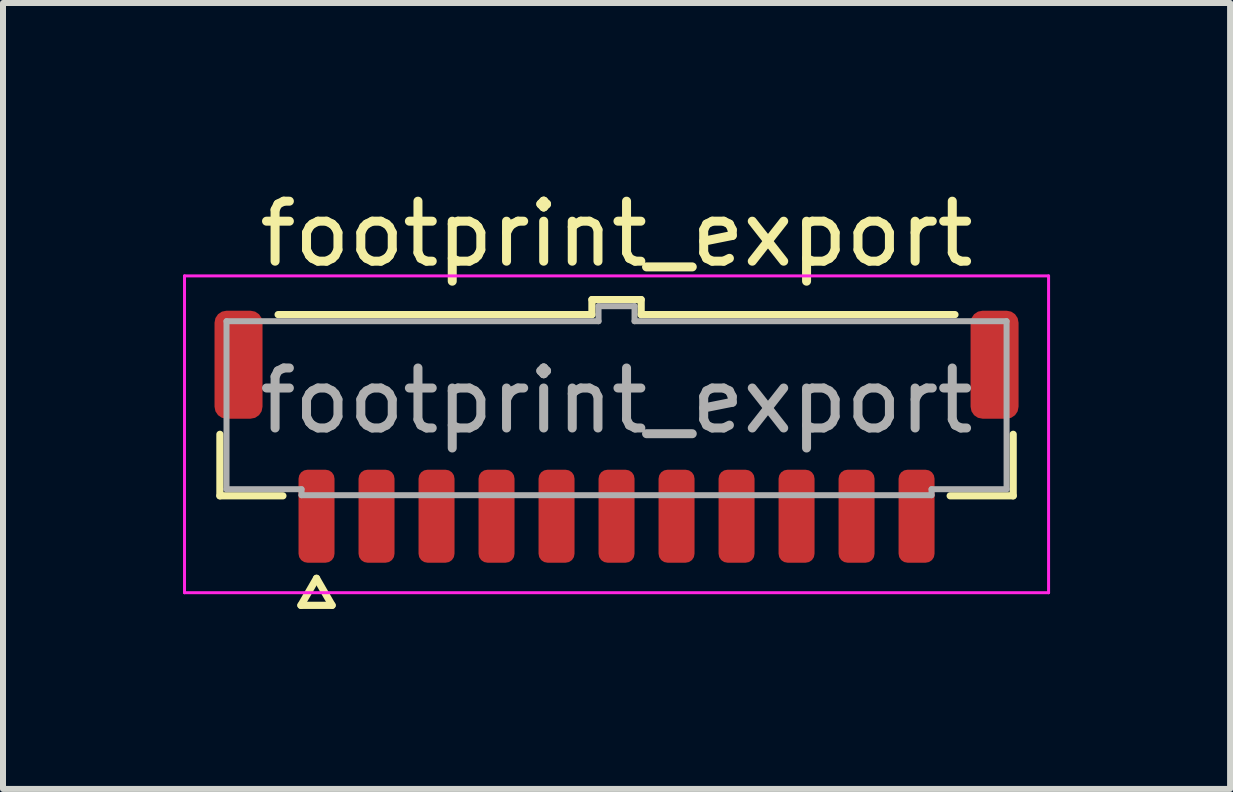
<source format=kicad_pcb>
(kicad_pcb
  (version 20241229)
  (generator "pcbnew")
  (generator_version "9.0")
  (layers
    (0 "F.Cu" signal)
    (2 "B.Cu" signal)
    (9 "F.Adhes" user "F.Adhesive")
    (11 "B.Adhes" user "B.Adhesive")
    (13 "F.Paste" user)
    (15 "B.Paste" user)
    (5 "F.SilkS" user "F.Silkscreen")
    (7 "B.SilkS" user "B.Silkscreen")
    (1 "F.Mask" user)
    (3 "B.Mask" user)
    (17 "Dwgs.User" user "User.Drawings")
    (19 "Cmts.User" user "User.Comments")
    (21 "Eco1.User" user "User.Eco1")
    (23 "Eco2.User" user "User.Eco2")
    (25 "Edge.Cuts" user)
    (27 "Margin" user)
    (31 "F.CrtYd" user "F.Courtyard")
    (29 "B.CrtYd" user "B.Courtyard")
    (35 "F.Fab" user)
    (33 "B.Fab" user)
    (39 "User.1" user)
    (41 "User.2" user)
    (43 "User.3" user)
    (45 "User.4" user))
  (footprint "footprint_export"
    (layer "F.Cu")
    (at 7.225 3.628)
    (property "Reference" "footprint_export" (at 0 -2.78 0) (layer "F.SilkS") (effects (font (size 1 1) (thickness 0.15))))
    (attr smd)
    (fp_line (start -6.61 1.585) (end -6.61 0.56) (stroke (width 0.12) (type solid)) (layer "F.SilkS"))
    (fp_line (start -5.64 -1.435) (end -0.41 -1.435) (stroke (width 0.12) (type solid)) (layer "F.SilkS"))
    (fp_line (start -5.56 1.585) (end -6.61 1.585) (stroke (width 0.12) (type solid)) (layer "F.SilkS"))
    (fp_line (start -5.26 3.41) (end -5 2.96) (stroke (width 0.12) (type solid)) (layer "F.SilkS"))
    (fp_line (start -5 2.96) (end -4.74 3.41) (stroke (width 0.12) (type solid)) (layer "F.SilkS"))
    (fp_line (start -4.74 3.41) (end -5.26 3.41) (stroke (width 0.12) (type solid)) (layer "F.SilkS"))
    (fp_line (start -0.41 -1.685) (end 0.41 -1.685) (stroke (width 0.12) (type solid)) (layer "F.SilkS"))
    (fp_line (start -0.41 -1.435) (end -0.41 -1.685) (stroke (width 0.12) (type solid)) (layer "F.SilkS"))
    (fp_line (start 0.41 -1.685) (end 0.41 -1.435) (stroke (width 0.12) (type solid)) (layer "F.SilkS"))
    (fp_line (start 0.41 -1.435) (end 5.64 -1.435) (stroke (width 0.12) (type solid)) (layer "F.SilkS"))
    (fp_line (start 6.61 0.56) (end 6.61 1.585) (stroke (width 0.12) (type solid)) (layer "F.SilkS"))
    (fp_line (start 6.61 1.585) (end 5.56 1.585) (stroke (width 0.12) (type solid)) (layer "F.SilkS"))
    (fp_line (start -7.2 -2.08) (end -7.2 3.2) (stroke (width 0.05) (type solid)) (layer "F.CrtYd"))
    (fp_line (start -7.2 3.2) (end 7.2 3.2) (stroke (width 0.05) (type solid)) (layer "F.CrtYd"))
    (fp_line (start 7.2 -2.08) (end -7.2 -2.08) (stroke (width 0.05) (type solid)) (layer "F.CrtYd"))
    (fp_line (start 7.2 3.2) (end 7.2 -2.08) (stroke (width 0.05) (type solid)) (layer "F.CrtYd"))
    (fp_line (start -6.5 -1.325) (end -0.3 -1.325) (stroke (width 0.1) (type solid)) (layer "F.Fab"))
    (fp_line (start -6.5 1.475) (end -6.5 -1.325) (stroke (width 0.1) (type solid)) (layer "F.Fab"))
    (fp_line (start -5.25 1.475) (end -6.5 1.475) (stroke (width 0.1) (type solid)) (layer "F.Fab"))
    (fp_line (start -5.25 1.575) (end -5.25 1.475) (stroke (width 0.1) (type solid)) (layer "F.Fab"))
    (fp_line (start -0.3 -1.575) (end 0.3 -1.575) (stroke (width 0.1) (type solid)) (layer "F.Fab"))
    (fp_line (start -0.3 -1.325) (end -0.3 -1.575) (stroke (width 0.1) (type solid)) (layer "F.Fab"))
    (fp_line (start 0.3 -1.575) (end 0.3 -1.325) (stroke (width 0.1) (type solid)) (layer "F.Fab"))
    (fp_line (start 0.3 -1.325) (end 6.5 -1.325) (stroke (width 0.1) (type solid)) (layer "F.Fab"))
    (fp_line (start 5.25 1.475) (end 5.25 1.575) (stroke (width 0.1) (type solid)) (layer "F.Fab"))
    (fp_line (start 5.25 1.575) (end -5.25 1.575) (stroke (width 0.1) (type solid)) (layer "F.Fab"))
    (fp_line (start 6.5 -1.325) (end 6.5 1.475) (stroke (width 0.1) (type solid)) (layer "F.Fab"))
    (fp_line (start 6.5 1.475) (end 5.25 1.475) (stroke (width 0.1) (type solid)) (layer "F.Fab"))
    (fp_text user "${REFERENCE}" (at 0 0 0) (layer "F.Fab") (effects (font (size 1 1) (thickness 0.15))))
    (pad "1" smd roundrect (at -5 1.925) (size 0.6 1.55) (layers "F.Cu" "F.Mask" "F.Paste") (roundrect_rratio 0.25))
    (pad "2" smd roundrect (at -4 1.925) (size 0.6 1.55) (layers "F.Cu" "F.Mask" "F.Paste") (roundrect_rratio 0.25))
    (pad "3" smd roundrect (at -3 1.925) (size 0.6 1.55) (layers "F.Cu" "F.Mask" "F.Paste") (roundrect_rratio 0.25))
    (pad "4" smd roundrect (at -2 1.925) (size 0.6 1.55) (layers "F.Cu" "F.Mask" "F.Paste") (roundrect_rratio 0.25))
    (pad "5" smd roundrect (at -1 1.925) (size 0.6 1.55) (layers "F.Cu" "F.Mask" "F.Paste") (roundrect_rratio 0.25))
    (pad "6" smd roundrect (at 0 1.925) (size 0.6 1.55) (layers "F.Cu" "F.Mask" "F.Paste") (roundrect_rratio 0.25))
    (pad "7" smd roundrect (at 1 1.925) (size 0.6 1.55) (layers "F.Cu" "F.Mask" "F.Paste") (roundrect_rratio 0.25))
    (pad "8" smd roundrect (at 2 1.925) (size 0.6 1.55) (layers "F.Cu" "F.Mask" "F.Paste") (roundrect_rratio 0.25))
    (pad "9" smd roundrect (at 3 1.925) (size 0.6 1.55) (layers "F.Cu" "F.Mask" "F.Paste") (roundrect_rratio 0.25))
    (pad "10" smd roundrect (at 4 1.925) (size 0.6 1.55) (layers "F.Cu" "F.Mask" "F.Paste") (roundrect_rratio 0.25))
    (pad "11" smd roundrect (at 5 1.925) (size 0.6 1.55) (layers "F.Cu" "F.Mask" "F.Paste") (roundrect_rratio 0.25))
    (pad "MP" smd roundrect (at -6.3 -0.6) (size 0.8 1.8) (layers "F.Cu" "F.Mask" "F.Paste") (roundrect_rratio 0.25))
    (pad "MP" smd roundrect (at 6.3 -0.6) (size 0.8 1.8) (layers "F.Cu" "F.Mask" "F.Paste") (roundrect_rratio 0.25)))
  (gr_rect
    (start -3 -3)
    (end 17.45 10.098)
    (stroke (width 0.1) (type default))
    (fill no)
    (layer "Edge.Cuts")))
</source>
